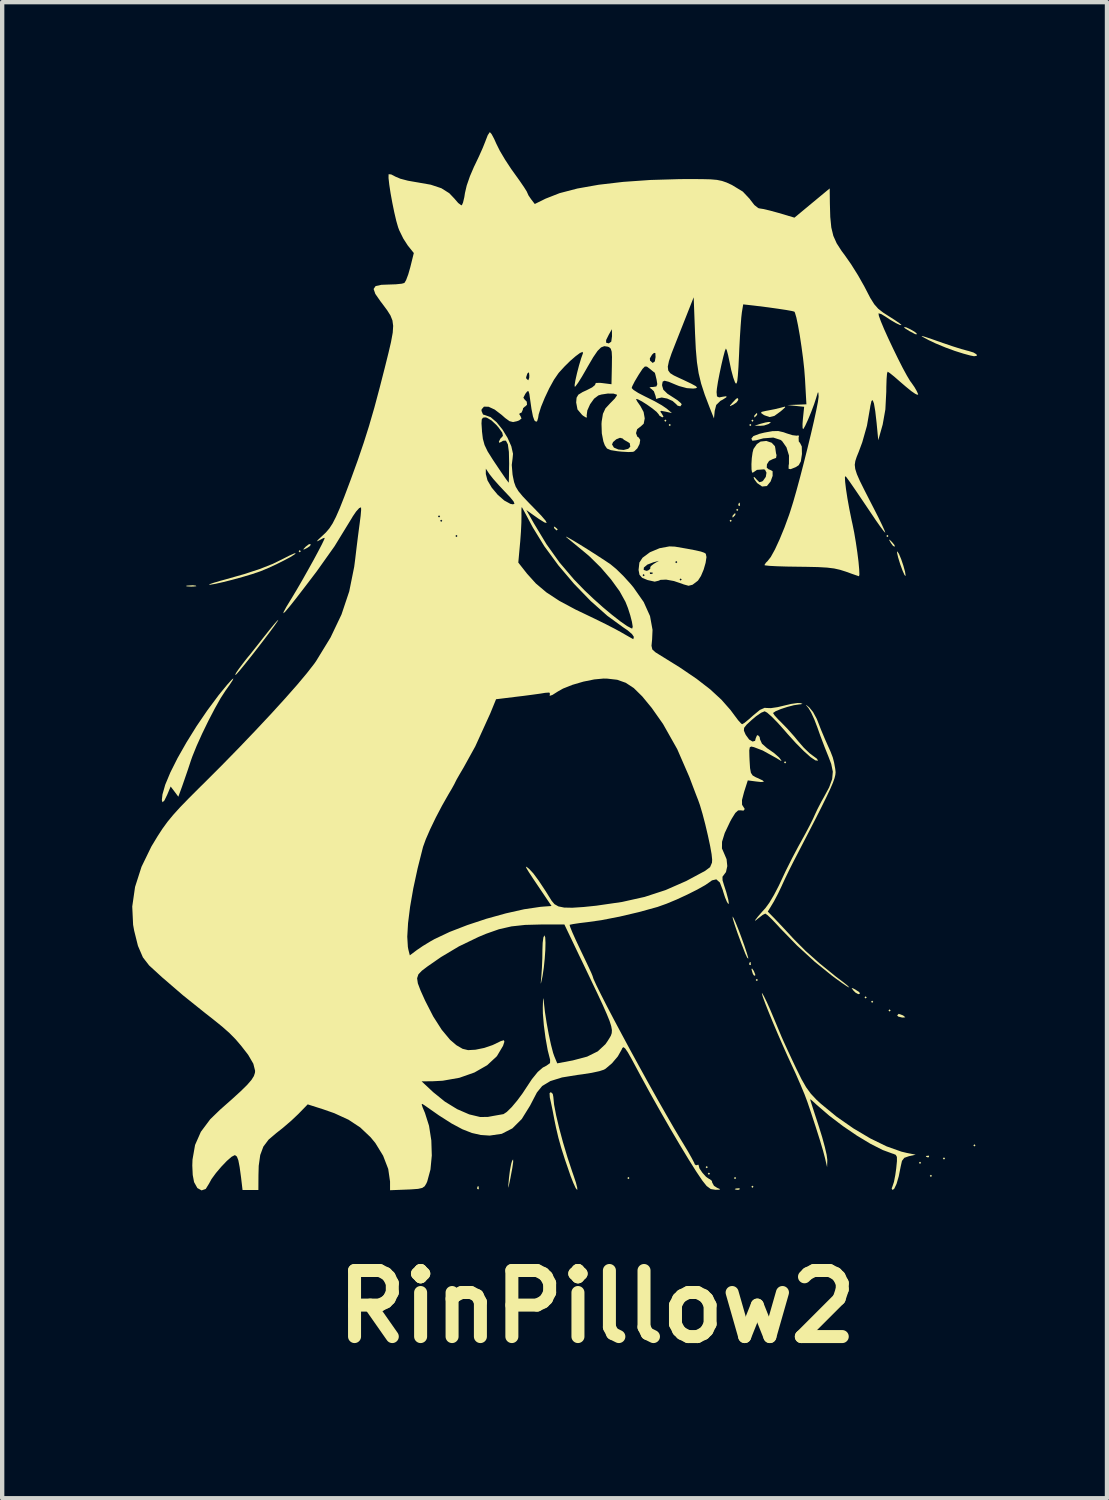
<source format=kicad_pcb>
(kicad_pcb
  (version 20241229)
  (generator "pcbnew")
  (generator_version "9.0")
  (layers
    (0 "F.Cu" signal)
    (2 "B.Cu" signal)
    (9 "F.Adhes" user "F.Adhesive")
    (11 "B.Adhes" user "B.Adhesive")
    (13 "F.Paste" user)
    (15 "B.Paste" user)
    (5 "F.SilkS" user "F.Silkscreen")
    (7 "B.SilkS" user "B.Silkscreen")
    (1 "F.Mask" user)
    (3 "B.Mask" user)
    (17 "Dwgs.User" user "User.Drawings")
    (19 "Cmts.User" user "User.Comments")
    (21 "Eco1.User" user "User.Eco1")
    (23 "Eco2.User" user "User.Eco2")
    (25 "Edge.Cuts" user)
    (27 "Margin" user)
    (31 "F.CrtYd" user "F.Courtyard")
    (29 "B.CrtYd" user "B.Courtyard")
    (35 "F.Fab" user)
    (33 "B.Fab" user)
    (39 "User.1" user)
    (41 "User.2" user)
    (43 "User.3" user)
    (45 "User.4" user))
  (footprint "RinPillow2"
    (layer "F.Cu")
    (at 10.715 11.847)
    (property "Reference" "RinPillow2" (at 0 15.24 0) (layer "F.SilkS") (effects (font (size 1.524 1.524) (thickness 0.3))))
    (attr board_only exclude_from_pos_files exclude_from_bom)
    (fp_poly (pts (xy -6.827 -2.184) (xy -6.852 -2.158) (xy -6.877 -2.184) (xy -6.852 -2.209)) (stroke (width 0) (type solid)) (fill yes) (layer "F.SilkS"))
    (fp_poly (pts (xy 0.753 12.273) (xy 0.728 12.298) (xy 0.703 12.273) (xy 0.728 12.248)) (stroke (width 0) (type solid)) (fill yes) (layer "F.SilkS"))
    (fp_poly (pts (xy 1.606 -5.195) (xy 1.581 -5.17) (xy 1.556 -5.195) (xy 1.581 -5.221)) (stroke (width 0) (type solid)) (fill yes) (layer "F.SilkS"))
    (fp_poly (pts (xy 1.707 -5.095) (xy 1.682 -5.07) (xy 1.657 -5.095) (xy 1.682 -5.12)) (stroke (width 0) (type solid)) (fill yes) (layer "F.SilkS"))
    (fp_poly (pts (xy 2.56 12.022) (xy 2.535 12.047) (xy 2.51 12.022) (xy 2.535 11.997)) (stroke (width 0) (type solid)) (fill yes) (layer "F.SilkS"))
    (fp_poly (pts (xy 2.61 12.173) (xy 2.585 12.198) (xy 2.56 12.173) (xy 2.585 12.148)) (stroke (width 0) (type solid)) (fill yes) (layer "F.SilkS"))
    (fp_poly (pts (xy 3.112 -2.886) (xy 3.087 -2.861) (xy 3.062 -2.886) (xy 3.087 -2.911)) (stroke (width 0) (type solid)) (fill yes) (layer "F.SilkS"))
    (fp_poly (pts (xy 3.213 12.273) (xy 3.188 12.298) (xy 3.162 12.273) (xy 3.188 12.248)) (stroke (width 0) (type solid)) (fill yes) (layer "F.SilkS"))
    (fp_poly (pts (xy 3.263 -3.137) (xy 3.238 -3.112) (xy 3.213 -3.137) (xy 3.238 -3.162)) (stroke (width 0) (type solid)) (fill yes) (layer "F.SilkS"))
    (fp_poly (pts (xy 3.564 -5.095) (xy 3.539 -5.07) (xy 3.514 -5.095) (xy 3.539 -5.12)) (stroke (width 0) (type solid)) (fill yes) (layer "F.SilkS"))
    (fp_poly (pts (xy 3.614 -5.195) (xy 3.589 -5.17) (xy 3.564 -5.195) (xy 3.589 -5.221)) (stroke (width 0) (type solid)) (fill yes) (layer "F.SilkS"))
    (fp_poly (pts (xy 3.614 12.474) (xy 3.589 12.499) (xy 3.564 12.474) (xy 3.589 12.449)) (stroke (width 0) (type solid)) (fill yes) (layer "F.SilkS"))
    (fp_poly (pts (xy 3.715 7.705) (xy 3.69 7.73) (xy 3.664 7.705) (xy 3.69 7.68)) (stroke (width 0) (type solid)) (fill yes) (layer "F.SilkS"))
    (fp_poly (pts (xy 4.367 2.686) (xy 4.342 2.711) (xy 4.317 2.686) (xy 4.342 2.66)) (stroke (width 0) (type solid)) (fill yes) (layer "F.SilkS"))
    (fp_poly (pts (xy 6.225 8.107) (xy 6.199 8.132) (xy 6.174 8.107) (xy 6.199 8.082)) (stroke (width 0) (type solid)) (fill yes) (layer "F.SilkS"))
    (fp_poly (pts (xy 6.375 8.207) (xy 6.35 8.232) (xy 6.325 8.207) (xy 6.35 8.182)) (stroke (width 0) (type solid)) (fill yes) (layer "F.SilkS"))
    (fp_poly (pts (xy 6.726 -2.535) (xy 6.701 -2.51) (xy 6.676 -2.535) (xy 6.701 -2.56)) (stroke (width 0) (type solid)) (fill yes) (layer "F.SilkS"))
    (fp_poly (pts (xy 6.777 8.408) (xy 6.752 8.433) (xy 6.726 8.408) (xy 6.752 8.383)) (stroke (width 0) (type solid)) (fill yes) (layer "F.SilkS"))
    (fp_poly (pts (xy 7.479 11.922) (xy 7.454 11.947) (xy 7.429 11.922) (xy 7.454 11.897)) (stroke (width 0) (type solid)) (fill yes) (layer "F.SilkS"))
    (fp_poly (pts (xy 7.73 12.223) (xy 7.705 12.248) (xy 7.68 12.223) (xy 7.705 12.198)) (stroke (width 0) (type solid)) (fill yes) (layer "F.SilkS"))
    (fp_poly (pts (xy 8.032 11.822) (xy 8.007 11.847) (xy 7.981 11.822) (xy 8.007 11.796)) (stroke (width 0) (type solid)) (fill yes) (layer "F.SilkS"))
    (fp_poly (pts (xy 8.734 11.52) (xy 8.709 11.545) (xy 8.684 11.52) (xy 8.709 11.495)) (stroke (width 0) (type solid)) (fill yes) (layer "F.SilkS"))
    (fp_poly (pts (xy -2.727 12.466) (xy -2.721 12.525) (xy -2.727 12.533) (xy -2.757 12.526) (xy -2.761 12.499) (xy -2.743 12.458)) (stroke (width 0) (type solid)) (fill yes) (layer "F.SilkS"))
    (fp_poly (pts (xy 3.296 -3.296) (xy 3.302 -3.237) (xy 3.296 -3.229) (xy 3.266 -3.236) (xy 3.263 -3.263) (xy 3.281 -3.304)) (stroke (width 0) (type solid)) (fill yes) (layer "F.SilkS"))
    (fp_poly (pts (xy 3.299 12.519) (xy 3.284 12.542) (xy 3.234 12.545) (xy 3.18 12.533) (xy 3.203 12.515) (xy 3.282 12.509)) (stroke (width 0) (type solid)) (fill yes) (layer "F.SilkS"))
    (fp_poly (pts (xy 3.547 7.295) (xy 3.553 7.355) (xy 3.547 7.362) (xy 3.517 7.355) (xy 3.514 7.329) (xy 3.532 7.288)) (stroke (width 0) (type solid)) (fill yes) (layer "F.SilkS"))
    (fp_poly (pts (xy 7.664 11.763) (xy 7.657 11.793) (xy 7.63 11.796) (xy 7.589 11.778) (xy 7.597 11.763) (xy 7.656 11.757)) (stroke (width 0) (type solid)) (fill yes) (layer "F.SilkS"))
    (fp_poly (pts (xy -6.613 -2.306) (xy -6.685 -2.257) (xy -6.764 -2.219) (xy -6.763 -2.236) (xy -6.715 -2.288) (xy -6.64 -2.345) (xy -6.598 -2.348)) (stroke (width 0) (type solid)) (fill yes) (layer "F.SilkS"))
    (fp_poly (pts (xy -0.962 -2.741) (xy -0.908 -2.694) (xy -0.904 -2.683) (xy -0.927 -2.662) (xy -0.977 -2.708) (xy -0.984 -2.718) (xy -0.99 -2.753)) (stroke (width 0) (type solid)) (fill yes) (layer "F.SilkS"))
    (fp_poly (pts (xy 3.62 7.496) (xy 3.654 7.579) (xy 3.65 7.611) (xy 3.616 7.593) (xy 3.595 7.553) (xy 3.567 7.457) (xy 3.579 7.438)) (stroke (width 0) (type solid)) (fill yes) (layer "F.SilkS"))
    (fp_poly (pts (xy 6.755 -2.446) (xy 6.806 -2.398) (xy 6.866 -2.325) (xy 6.872 -2.287) (xy 6.832 -2.306) (xy 6.782 -2.374) (xy 6.739 -2.449)) (stroke (width 0) (type solid)) (fill yes) (layer "F.SilkS"))
    (fp_poly (pts (xy -9.248 -1.39) (xy -9.237 -1.376) (xy -9.309 -1.369) (xy -9.362 -1.368) (xy -9.459 -1.373) (xy -9.474 -1.384) (xy -9.449 -1.391) (xy -9.318 -1.399)) (stroke (width 0) (type solid)) (fill yes) (layer "F.SilkS"))
    (fp_poly (pts (xy 3.197 -3.03) (xy 3.188 -3.012) (xy 3.14 -2.964) (xy 3.131 -2.962) (xy 3.128 -2.994) (xy 3.137 -3.012) (xy 3.185 -3.06) (xy 3.193 -3.062)) (stroke (width 0) (type solid)) (fill yes) (layer "F.SilkS"))
    (fp_poly (pts (xy 3.263 -5.674) (xy 3.223 -5.617) (xy 3.15 -5.566) (xy 3.073 -5.529) (xy 3.071 -5.544) (xy 3.133 -5.615) (xy 3.216 -5.702) (xy 3.255 -5.715)) (stroke (width 0) (type solid)) (fill yes) (layer "F.SilkS"))
    (fp_poly (pts (xy 3.699 -5.339) (xy 3.69 -5.321) (xy 3.642 -5.273) (xy 3.633 -5.271) (xy 3.63 -5.303) (xy 3.639 -5.321) (xy 3.687 -5.369) (xy 3.695 -5.371)) (stroke (width 0) (type solid)) (fill yes) (layer "F.SilkS"))
    (fp_poly (pts (xy 5.905 7.896) (xy 5.961 7.925) (xy 6.055 7.987) (xy 6.067 8.025) (xy 6.03 8.032) (xy 5.966 7.997) (xy 5.917 7.948) (xy 5.876 7.892)) (stroke (width 0) (type solid)) (fill yes) (layer "F.SilkS"))
    (fp_poly (pts (xy 7.053 8.518) (xy 7.077 8.532) (xy 7.115 8.566) (xy 7.062 8.572) (xy 7.04 8.571) (xy 6.952 8.549) (xy 6.927 8.523) (xy 6.961 8.486)) (stroke (width 0) (type solid)) (fill yes) (layer "F.SilkS"))
    (fp_poly (pts (xy 4.016 -5.161) (xy 3.978 -5.129) (xy 3.966 -5.12) (xy 3.857 -5.083) (xy 3.765 -5.076) (xy 3.639 -5.08) (xy 3.765 -5.12) (xy 3.89 -5.153) (xy 3.966 -5.165)) (stroke (width 0) (type solid)) (fill yes) (layer "F.SilkS"))
    (fp_poly (pts (xy 7.143 -7.344) (xy 7.228 -7.304) (xy 7.33 -7.245) (xy 7.378 -7.205) (xy 7.379 -7.202) (xy 7.373 -7.183) (xy 7.338 -7.193) (xy 7.247 -7.241) (xy 7.216 -7.257) (xy 7.107 -7.325) (xy 7.083 -7.358)) (stroke (width 0) (type solid)) (fill yes) (layer "F.SilkS"))
    (fp_poly (pts (xy -1.929 11.9) (xy -1.949 12.041) (xy -1.99 12.259) (xy -2.008 12.349) (xy -2.033 12.465) (xy -2.043 12.497) (xy -2.041 12.439) (xy -2.027 12.287) (xy -2.027 12.278) (xy -2.004 12.097) (xy -1.975 11.945) (xy -1.954 11.876) (xy -1.931 11.843)) (stroke (width 0) (type solid)) (fill yes) (layer "F.SilkS"))
    (fp_poly (pts (xy 6.929 -2.182) (xy 6.969 -2.121) (xy 7.02 -1.999) (xy 7.07 -1.851) (xy 7.108 -1.714) (xy 7.122 -1.624) (xy 7.12 -1.613) (xy 7.097 -1.634) (xy 7.054 -1.73) (xy 6.998 -1.881) (xy 6.996 -1.888) (xy 6.948 -2.044) (xy 6.924 -2.149) (xy 6.928 -2.183)) (stroke (width 0) (type solid)) (fill yes) (layer "F.SilkS"))
    (fp_poly (pts (xy 4.344 -5.503) (xy 4.276 -5.44) (xy 4.234 -5.405) (xy 4.096 -5.305) (xy 3.984 -5.278) (xy 3.866 -5.319) (xy 3.84 -5.334) (xy 3.786 -5.373) (xy 3.803 -5.398) (xy 3.902 -5.421) (xy 3.941 -5.428) (xy 4.105 -5.46) (xy 4.249 -5.495) (xy 4.267 -5.5) (xy 4.339 -5.519)) (stroke (width 0) (type solid)) (fill yes) (layer "F.SilkS"))
    (fp_poly (pts (xy 3.154 6.276) (xy 3.204 6.387) (xy 3.272 6.556) (xy 3.33 6.71) (xy 3.403 6.913) (xy 3.458 7.079) (xy 3.49 7.186) (xy 3.494 7.215) (xy 3.466 7.187) (xy 3.423 7.095) (xy 3.422 7.092) (xy 3.326 6.843) (xy 3.242 6.615) (xy 3.178 6.427) (xy 3.138 6.296) (xy 3.13 6.24) (xy 3.13 6.24)) (stroke (width 0) (type solid)) (fill yes) (layer "F.SilkS"))
    (fp_poly (pts (xy -1.19 6.722) (xy -1.184 6.844) (xy -1.188 7.017) (xy -1.202 7.218) (xy -1.223 7.423) (xy -1.251 7.609) (xy -1.26 7.655) (xy -1.285 7.767) (xy -1.294 7.791) (xy -1.289 7.723) (xy -1.279 7.61) (xy -1.266 7.425) (xy -1.257 7.196) (xy -1.255 7.021) (xy -1.249 6.849) (xy -1.233 6.726) (xy -1.21 6.676) (xy -1.209 6.676)) (stroke (width 0) (type solid)) (fill yes) (layer "F.SilkS"))
    (fp_poly (pts (xy 7.58 -7.125) (xy 7.738 -7.072) (xy 7.982 -6.986) (xy 8.007 -6.978) (xy 8.215 -6.907) (xy 8.407 -6.847) (xy 8.549 -6.808) (xy 8.571 -6.803) (xy 8.687 -6.767) (xy 8.757 -6.725) (xy 8.766 -6.691) (xy 8.7 -6.681) (xy 8.609 -6.699) (xy 8.455 -6.741) (xy 8.271 -6.799) (xy 8.258 -6.803) (xy 8.037 -6.884) (xy 7.813 -6.977) (xy 7.655 -7.052) (xy 7.546 -7.11) (xy 7.492 -7.142) (xy 7.501 -7.148)) (stroke (width 0) (type solid)) (fill yes) (layer "F.SilkS"))
    (fp_poly (pts (xy -7.365 -0.566) (xy -7.434 -0.467) (xy -7.541 -0.321) (xy -7.674 -0.145) (xy -7.821 0.046) (xy -7.969 0.236) (xy -8.107 0.409) (xy -8.221 0.549) (xy -8.3 0.64) (xy -8.324 0.664) (xy -8.343 0.666) (xy -8.308 0.603) (xy -8.255 0.527) (xy -8.158 0.398) (xy -8.08 0.298) (xy -8.057 0.269) (xy -8.006 0.208) (xy -7.909 0.086) (xy -7.782 -0.075) (xy -7.688 -0.195) (xy -7.554 -0.364) (xy -7.443 -0.499) (xy -7.369 -0.583) (xy -7.346 -0.602)) (stroke (width 0) (type solid)) (fill yes) (layer "F.SilkS"))
    (fp_poly (pts (xy -6.972 -2.109) (xy -7.071 -2.047) (xy -7.22 -1.968) (xy -7.396 -1.88) (xy -7.579 -1.796) (xy -7.746 -1.726) (xy -7.781 -1.713) (xy -7.956 -1.654) (xy -8.17 -1.59) (xy -8.399 -1.527) (xy -8.617 -1.472) (xy -8.799 -1.431) (xy -8.92 -1.411) (xy -8.944 -1.41) (xy -8.929 -1.424) (xy -8.836 -1.456) (xy -8.68 -1.502) (xy -8.584 -1.528) (xy -8.137 -1.655) (xy -7.773 -1.774) (xy -7.474 -1.892) (xy -7.24 -2.007) (xy -7.093 -2.082) (xy -6.986 -2.13) (xy -6.943 -2.141)) (stroke (width 0) (type solid)) (fill yes) (layer "F.SilkS"))
    (fp_poly (pts (xy -1.016 10.333) (xy -1.003 10.403) (xy -0.986 10.577) (xy -0.939 10.824) (xy -0.868 11.123) (xy -0.779 11.454) (xy -0.677 11.796) (xy -0.567 12.128) (xy -0.538 12.211) (xy -0.483 12.375) (xy -0.452 12.496) (xy -0.451 12.549) (xy -0.453 12.549) (xy -0.487 12.506) (xy -0.541 12.389) (xy -0.606 12.224) (xy -0.619 12.185) (xy -0.735 11.848) (xy -0.822 11.575) (xy -0.888 11.338) (xy -0.942 11.107) (xy -0.979 10.928) (xy -1.018 10.724) (xy -1.055 10.545) (xy -1.082 10.425) (xy -1.084 10.414) (xy -1.09 10.317) (xy -1.06 10.291)) (stroke (width 0) (type solid)) (fill yes) (layer "F.SilkS"))
    (fp_poly (pts (xy -8.394 0.784) (xy -8.465 0.893) (xy -8.562 1.029) (xy -8.675 1.203) (xy -8.811 1.444) (xy -8.958 1.726) (xy -9.102 2.022) (xy -9.23 2.306) (xy -9.329 2.551) (xy -9.359 2.635) (xy -9.432 2.856) (xy -9.506 3.071) (xy -9.564 3.238) (xy -9.571 3.257) (xy -9.652 3.478) (xy -9.74 3.36) (xy -9.829 3.243) (xy -9.907 3.429) (xy -9.973 3.565) (xy -10.017 3.607) (xy -10.032 3.556) (xy -10.018 3.426) (xy -9.954 3.201) (xy -9.835 2.916) (xy -9.669 2.586) (xy -9.465 2.227) (xy -9.234 1.855) (xy -8.983 1.487) (xy -8.723 1.137) (xy -8.673 1.075) (xy -8.526 0.896) (xy -8.428 0.787) (xy -8.383 0.749)) (stroke (width 0) (type solid)) (fill yes) (layer "F.SilkS"))
    (fp_poly (pts (xy 4.306 -4.928) (xy 4.375 -4.903) (xy 4.512 -4.86) (xy 4.613 -4.848) (xy 4.634 -4.854) (xy 4.664 -4.848) (xy 4.654 -4.803) (xy 4.658 -4.714) (xy 4.686 -4.682) (xy 4.727 -4.6) (xy 4.731 -4.43) (xy 4.729 -4.411) (xy 4.705 -4.255) (xy 4.656 -4.167) (xy 4.586 -4.122) (xy 4.47 -4.076) (xy 4.423 -4.085) (xy 4.424 -4.161) (xy 4.431 -4.198) (xy 4.432 -4.391) (xy 4.374 -4.58) (xy 4.273 -4.724) (xy 4.24 -4.75) (xy 4.07 -4.805) (xy 3.839 -4.787) (xy 3.677 -4.743) (xy 3.588 -4.732) (xy 3.564 -4.781) (xy 3.611 -4.839) (xy 3.752 -4.892) (xy 3.866 -4.92) (xy 4.051 -4.953) (xy 4.183 -4.956)) (stroke (width 0) (type solid)) (fill yes) (layer "F.SilkS"))
    (fp_poly (pts (xy 4.032 -4.686) (xy 4.107 -4.607) (xy 4.116 -4.564) (xy 4.133 -4.442) (xy 4.145 -4.4) (xy 4.134 -4.335) (xy 4.057 -4.308) (xy 3.973 -4.266) (xy 3.924 -4.189) (xy 3.919 -4.111) (xy 3.969 -4.068) (xy 3.987 -4.066) (xy 4.054 -4.029) (xy 4.055 -3.922) (xy 4.008 -3.792) (xy 3.922 -3.687) (xy 3.812 -3.676) (xy 3.697 -3.756) (xy 3.633 -3.843) (xy 3.614 -3.891) (xy 3.638 -3.891) (xy 3.684 -3.839) (xy 3.749 -3.775) (xy 3.813 -3.793) (xy 3.835 -3.811) (xy 3.897 -3.898) (xy 3.913 -3.995) (xy 3.88 -4.062) (xy 3.853 -4.072) (xy 3.694 -4.06) (xy 3.602 -3.998) (xy 3.58 -3.999) (xy 3.568 -4.072) (xy 3.566 -4.191) (xy 3.574 -4.329) (xy 3.592 -4.458) (xy 3.613 -4.541) (xy 3.691 -4.654) (xy 3.777 -4.713) (xy 3.91 -4.727)) (stroke (width 0) (type solid)) (fill yes) (layer "F.SilkS"))
    (fp_poly (pts (xy 1.799 -2.29) (xy 2.078 -2.242) (xy 2.273 -2.205) (xy 2.4 -2.176) (xy 2.475 -2.15) (xy 2.513 -2.126) (xy 2.529 -2.049) (xy 2.509 -1.916) (xy 2.464 -1.76) (xy 2.402 -1.613) (xy 2.335 -1.509) (xy 2.322 -1.497) (xy 2.207 -1.41) (xy 2.115 -1.387) (xy 2.001 -1.419) (xy 1.982 -1.427) (xy 1.779 -1.496) (xy 1.598 -1.529) (xy 1.467 -1.523) (xy 1.43 -1.505) (xy 1.335 -1.482) (xy 1.174 -1.518) (xy 1.141 -1.531) (xy 1.908 -1.531) (xy 1.933 -1.506) (xy 1.958 -1.531) (xy 1.933 -1.556) (xy 1.908 -1.531) (xy 1.141 -1.531) (xy 1.045 -1.571) (xy 0.993 -1.631) (xy 1.054 -1.631) (xy 1.079 -1.606) (xy 1.104 -1.631) (xy 1.079 -1.657) (xy 1.054 -1.631) (xy 0.993 -1.631) (xy 0.984 -1.641) (xy 0.975 -1.69) (xy 1.221 -1.69) (xy 1.228 -1.66) (xy 1.255 -1.657) (xy 1.296 -1.675) (xy 1.288 -1.69) (xy 1.229 -1.696) (xy 1.221 -1.69) (xy 0.975 -1.69) (xy 0.963 -1.75) (xy 0.963 -1.753) (xy 1.081 -1.753) (xy 1.144 -1.731) (xy 1.183 -1.74) (xy 1.234 -1.779) (xy 1.23 -1.798) (xy 1.246 -1.841) (xy 1.316 -1.894) (xy 1.381 -1.933) (xy 1.807 -1.933) (xy 1.832 -1.908) (xy 1.857 -1.933) (xy 1.832 -1.958) (xy 1.807 -1.933) (xy 1.381 -1.933) (xy 1.431 -1.962) (xy 1.305 -1.929) (xy 1.164 -1.874) (xy 1.085 -1.807) (xy 1.081 -1.753) (xy 0.963 -1.753) (xy 0.982 -1.923) (xy 1.054 -2.033) (xy 1.225 -2.16) (xy 1.447 -2.253) (xy 1.674 -2.295)) (stroke (width 0) (type solid)) (fill yes) (layer "F.SilkS"))
    (fp_poly (pts (xy 3.852 8.075) (xy 3.918 8.209) (xy 3.997 8.385) (xy 4.017 8.433) (xy 4.105 8.642) (xy 4.189 8.843) (xy 4.253 8.996) (xy 4.258 9.009) (xy 4.314 9.135) (xy 4.401 9.325) (xy 4.506 9.55) (xy 4.598 9.744) (xy 4.722 9.995) (xy 4.828 10.18) (xy 4.935 10.327) (xy 5.061 10.462) (xy 5.173 10.565) (xy 5.533 10.86) (xy 5.919 11.129) (xy 6.309 11.36) (xy 6.684 11.543) (xy 7.024 11.664) (xy 7.149 11.694) (xy 7.354 11.734) (xy 7.196 11.77) (xy 7.092 11.807) (xy 7.038 11.877) (xy 7.007 12.014) (xy 7.007 12.015) (xy 6.964 12.232) (xy 6.913 12.407) (xy 6.86 12.519) (xy 6.821 12.549) (xy 6.8 12.515) (xy 6.821 12.459) (xy 6.853 12.363) (xy 6.884 12.204) (xy 6.905 12.055) (xy 6.922 11.883) (xy 6.921 11.786) (xy 6.894 11.738) (xy 6.835 11.713) (xy 6.821 11.71) (xy 6.592 11.626) (xy 6.311 11.483) (xy 5.999 11.295) (xy 5.676 11.075) (xy 5.361 10.835) (xy 5.075 10.589) (xy 5.011 10.529) (xy 4.943 10.469) (xy 4.919 10.457) (xy 4.934 10.507) (xy 4.975 10.635) (xy 5.035 10.821) (xy 5.109 11.047) (xy 5.12 11.081) (xy 5.197 11.329) (xy 5.259 11.556) (xy 5.301 11.739) (xy 5.316 11.854) (xy 5.316 11.856) (xy 5.311 12.022) (xy 5.265 11.822) (xy 5.219 11.648) (xy 5.145 11.399) (xy 5.049 11.096) (xy 4.938 10.758) (xy 4.856 10.516) (xy 4.791 10.343) (xy 4.695 10.114) (xy 4.585 9.862) (xy 4.504 9.688) (xy 4.395 9.451) (xy 4.28 9.193) (xy 4.165 8.929) (xy 4.056 8.672) (xy 3.96 8.437) (xy 3.882 8.24) (xy 3.829 8.095) (xy 3.806 8.016) (xy 3.812 8.008)) (stroke (width 0) (type solid)) (fill yes) (layer "F.SilkS"))
    (fp_poly (pts (xy 4.905 1.424) (xy 4.989 1.528) (xy 5.072 1.682) (xy 5.1 1.751) (xy 5.171 1.934) (xy 5.26 2.146) (xy 5.31 2.259) (xy 5.391 2.44) (xy 5.441 2.569) (xy 5.472 2.687) (xy 5.498 2.831) (xy 5.502 2.861) (xy 5.507 2.914) (xy 5.501 2.975) (xy 5.482 3.053) (xy 5.445 3.157) (xy 5.386 3.294) (xy 5.301 3.475) (xy 5.187 3.707) (xy 5.039 4) (xy 4.853 4.361) (xy 4.626 4.8) (xy 4.551 4.944) (xy 4.447 5.15) (xy 4.347 5.356) (xy 4.272 5.518) (xy 4.271 5.522) (xy 4.183 5.707) (xy 4.085 5.893) (xy 4.058 5.938) (xy 3.943 6.128) (xy 4.101 6.289) (xy 4.21 6.404) (xy 4.359 6.563) (xy 4.518 6.735) (xy 4.551 6.77) (xy 4.815 7.035) (xy 5.145 7.328) (xy 5.515 7.628) (xy 5.698 7.766) (xy 5.787 7.838) (xy 5.822 7.877) (xy 5.819 7.879) (xy 5.769 7.852) (xy 5.658 7.777) (xy 5.506 7.668) (xy 5.418 7.602) (xy 5.026 7.285) (xy 4.619 6.912) (xy 4.229 6.511) (xy 4.159 6.434) (xy 4.037 6.305) (xy 3.94 6.212) (xy 3.887 6.174) (xy 3.886 6.174) (xy 3.825 6.205) (xy 3.729 6.279) (xy 3.719 6.287) (xy 3.654 6.34) (xy 3.652 6.325) (xy 3.71 6.249) (xy 3.823 6.119) (xy 3.888 6.048) (xy 3.978 5.925) (xy 4.087 5.742) (xy 4.198 5.529) (xy 4.241 5.437) (xy 4.36 5.183) (xy 4.505 4.894) (xy 4.65 4.62) (xy 4.693 4.543) (xy 4.809 4.332) (xy 4.914 4.133) (xy 4.992 3.976) (xy 5.019 3.915) (xy 5.088 3.766) (xy 5.181 3.587) (xy 5.228 3.504) (xy 5.358 3.263) (xy 5.428 3.072) (xy 5.443 2.901) (xy 5.406 2.722) (xy 5.344 2.558) (xy 5.252 2.329) (xy 5.154 2.07) (xy 5.089 1.886) (xy 5.017 1.698) (xy 4.943 1.537) (xy 4.883 1.436) (xy 4.882 1.435) (xy 4.824 1.364) (xy 4.832 1.363)) (stroke (width 0) (type solid)) (fill yes) (layer "F.SilkS"))
    (fp_poly (pts (xy -2.427 -11.804) (xy -2.368 -11.694) (xy -2.317 -11.58) (xy -2.237 -11.419) (xy -2.115 -11.213) (xy -1.973 -10.997) (xy -1.906 -10.904) (xy -1.78 -10.728) (xy -1.68 -10.582) (xy -1.618 -10.484) (xy -1.605 -10.455) (xy -1.576 -10.39) (xy -1.517 -10.304) (xy -1.431 -10.192) (xy -1.18 -10.316) (xy -0.859 -10.442) (xy -0.448 -10.549) (xy 0.043 -10.636) (xy 0.606 -10.702) (xy 1.232 -10.746) (xy 1.91 -10.766) (xy 2.133 -10.767) (xy 2.416 -10.766) (xy 2.621 -10.761) (xy 2.771 -10.748) (xy 2.887 -10.724) (xy 2.994 -10.687) (xy 3.113 -10.632) (xy 3.127 -10.624) (xy 3.367 -10.478) (xy 3.528 -10.307) (xy 3.542 -10.286) (xy 3.634 -10.168) (xy 3.723 -10.098) (xy 3.753 -10.09) (xy 3.842 -10.076) (xy 3.995 -10.04) (xy 4.181 -9.989) (xy 4.199 -9.984) (xy 4.558 -9.877) (xy 4.964 -10.214) (xy 5.371 -10.551) (xy 5.375 -10.207) (xy 5.384 -9.892) (xy 5.408 -9.651) (xy 5.455 -9.457) (xy 5.532 -9.285) (xy 5.646 -9.108) (xy 5.715 -9.016) (xy 5.865 -8.802) (xy 6.026 -8.545) (xy 6.169 -8.292) (xy 6.198 -8.236) (xy 6.307 -8.026) (xy 6.397 -7.882) (xy 6.489 -7.777) (xy 6.605 -7.687) (xy 6.722 -7.612) (xy 6.872 -7.516) (xy 6.981 -7.441) (xy 7.027 -7.401) (xy 7.028 -7.399) (xy 6.99 -7.401) (xy 6.894 -7.447) (xy 6.762 -7.525) (xy 6.661 -7.592) (xy 6.561 -7.653) (xy 6.5 -7.67) (xy 6.497 -7.668) (xy 6.505 -7.613) (xy 6.551 -7.486) (xy 6.626 -7.306) (xy 6.723 -7.091) (xy 6.833 -6.858) (xy 6.946 -6.626) (xy 7.055 -6.411) (xy 7.152 -6.233) (xy 7.227 -6.108) (xy 7.253 -6.074) (xy 7.326 -5.969) (xy 7.376 -5.882) (xy 7.413 -5.801) (xy 7.391 -5.792) (xy 7.341 -5.816) (xy 7.255 -5.875) (xy 7.126 -5.98) (xy 6.991 -6.096) (xy 6.859 -6.211) (xy 6.757 -6.293) (xy 6.707 -6.325) (xy 6.707 -6.325) (xy 6.693 -6.278) (xy 6.683 -6.154) (xy 6.677 -5.973) (xy 6.676 -5.861) (xy 6.655 -5.454) (xy 6.593 -5.105) (xy 6.583 -5.07) (xy 6.491 -4.744) (xy 6.453 -5.142) (xy 6.422 -5.413) (xy 6.392 -5.589) (xy 6.363 -5.668) (xy 6.335 -5.65) (xy 6.308 -5.533) (xy 6.303 -5.497) (xy 6.23 -5.077) (xy 6.122 -4.696) (xy 6.04 -4.475) (xy 5.993 -4.359) (xy 5.962 -4.264) (xy 5.949 -4.177) (xy 5.96 -4.081) (xy 5.998 -3.961) (xy 6.067 -3.804) (xy 6.172 -3.593) (xy 6.315 -3.313) (xy 6.386 -3.175) (xy 6.494 -2.963) (xy 6.579 -2.787) (xy 6.635 -2.664) (xy 6.653 -2.611) (xy 6.652 -2.61) (xy 6.615 -2.649) (xy 6.537 -2.753) (xy 6.432 -2.902) (xy 6.384 -2.974) (xy 6.15 -3.321) (xy 5.967 -3.591) (xy 5.836 -3.781) (xy 5.757 -3.89) (xy 5.736 -3.915) (xy 5.722 -3.891) (xy 5.727 -3.785) (xy 5.747 -3.616) (xy 5.78 -3.401) (xy 5.824 -3.157) (xy 5.876 -2.901) (xy 5.896 -2.812) (xy 5.936 -2.614) (xy 5.974 -2.389) (xy 6.008 -2.159) (xy 6.035 -1.945) (xy 6.051 -1.767) (xy 6.056 -1.647) (xy 6.047 -1.606) (xy 6 -1.622) (xy 5.884 -1.662) (xy 5.743 -1.713) (xy 5.61 -1.755) (xy 5.473 -1.786) (xy 5.31 -1.806) (xy 5.099 -1.818) (xy 4.82 -1.824) (xy 4.656 -1.826) (xy 4.387 -1.83) (xy 4.157 -1.837) (xy 3.984 -1.846) (xy 3.884 -1.857) (xy 3.865 -1.864) (xy 3.899 -1.918) (xy 3.939 -1.957) (xy 4.013 -2.052) (xy 4.108 -2.224) (xy 4.215 -2.456) (xy 4.327 -2.728) (xy 4.435 -3.023) (xy 4.464 -3.111) (xy 4.53 -3.322) (xy 4.606 -3.588) (xy 4.689 -3.894) (xy 4.774 -4.223) (xy 4.858 -4.557) (xy 4.937 -4.882) (xy 5.006 -5.179) (xy 5.061 -5.433) (xy 5.099 -5.626) (xy 5.115 -5.743) (xy 5.115 -5.757) (xy 5.11 -5.843) (xy 5.097 -5.844) (xy 5.069 -5.754) (xy 5.06 -5.723) (xy 5.011 -5.573) (xy 4.944 -5.394) (xy 4.871 -5.218) (xy 4.805 -5.075) (xy 4.762 -5) (xy 4.746 -5.02) (xy 4.744 -5.117) (xy 4.753 -5.235) (xy 4.782 -5.515) (xy 4.587 -5.535) (xy 4.392 -5.555) (xy 4.613 -5.563) (xy 4.834 -5.572) (xy 4.801 -6.162) (xy 4.784 -6.383) (xy 4.756 -6.637) (xy 4.72 -6.904) (xy 4.681 -7.163) (xy 4.64 -7.393) (xy 4.602 -7.574) (xy 4.569 -7.686) (xy 4.556 -7.709) (xy 4.5 -7.724) (xy 4.366 -7.748) (xy 4.174 -7.777) (xy 3.947 -7.809) (xy 3.706 -7.839) (xy 3.608 -7.851) (xy 3.376 -7.877) (xy 3.345 -7.691) (xy 3.332 -7.575) (xy 3.317 -7.382) (xy 3.301 -7.135) (xy 3.286 -6.857) (xy 3.281 -6.733) (xy 3.267 -6.44) (xy 3.253 -6.237) (xy 3.24 -6.112) (xy 3.224 -6.055) (xy 3.204 -6.053) (xy 3.186 -6.081) (xy 3.146 -6.191) (xy 3.1 -6.362) (xy 3.063 -6.54) (xy 3.028 -6.706) (xy 2.998 -6.819) (xy 2.977 -6.859) (xy 2.976 -6.858) (xy 2.951 -6.796) (xy 2.915 -6.661) (xy 2.873 -6.481) (xy 2.831 -6.283) (xy 2.794 -6.093) (xy 2.77 -5.938) (xy 2.762 -5.855) (xy 2.771 -5.755) (xy 2.821 -5.731) (xy 2.899 -5.746) (xy 2.988 -5.759) (xy 2.989 -5.735) (xy 2.906 -5.681) (xy 2.85 -5.651) (xy 2.754 -5.557) (xy 2.719 -5.42) (xy 2.702 -5.246) (xy 2.602 -5.497) (xy 2.489 -5.794) (xy 2.406 -6.049) (xy 2.348 -6.29) (xy 2.309 -6.546) (xy 2.283 -6.845) (xy 2.265 -7.216) (xy 2.265 -7.22) (xy 2.234 -8.04) (xy 1.948 -7.316) (xy 1.819 -6.99) (xy 1.723 -6.745) (xy 1.663 -6.567) (xy 1.637 -6.441) (xy 1.647 -6.353) (xy 1.693 -6.29) (xy 1.776 -6.238) (xy 1.896 -6.181) (xy 1.99 -6.138) (xy 2.176 -6.049) (xy 2.28 -5.993) (xy 2.313 -5.961) (xy 2.285 -5.943) (xy 2.223 -5.935) (xy 2.076 -5.945) (xy 1.898 -5.993) (xy 1.827 -6.021) (xy 1.66 -6.091) (xy 1.563 -6.116) (xy 1.519 -6.096) (xy 1.506 -6.028) (xy 1.506 -6.003) (xy 1.534 -5.909) (xy 1.629 -5.816) (xy 1.732 -5.75) (xy 1.86 -5.667) (xy 1.941 -5.597) (xy 1.958 -5.57) (xy 1.926 -5.525) (xy 1.863 -5.541) (xy 1.829 -5.577) (xy 1.747 -5.649) (xy 1.622 -5.705) (xy 1.497 -5.729) (xy 1.418 -5.712) (xy 1.369 -5.695) (xy 1.355 -5.764) (xy 1.316 -5.873) (xy 1.267 -5.919) (xy 1.214 -5.958) (xy 1.25 -5.971) (xy 1.297 -5.972) (xy 1.374 -5.984) (xy 1.395 -6.036) (xy 1.379 -6.137) (xy 1.353 -6.247) (xy 1.338 -6.3) (xy 1.337 -6.3) (xy 1.298 -6.329) (xy 1.22 -6.393) (xy 1.156 -6.441) (xy 1.108 -6.444) (xy 1.054 -6.389) (xy 0.971 -6.263) (xy 0.958 -6.242) (xy 0.874 -6.101) (xy 0.818 -5.991) (xy 0.804 -5.948) (xy 0.846 -5.904) (xy 0.957 -5.833) (xy 1.116 -5.751) (xy 1.145 -5.737) (xy 1.332 -5.644) (xy 1.498 -5.55) (xy 1.607 -5.476) (xy 1.61 -5.474) (xy 1.732 -5.37) (xy 1.581 -5.404) (xy 1.482 -5.422) (xy 1.464 -5.403) (xy 1.5 -5.354) (xy 1.538 -5.286) (xy 1.51 -5.271) (xy 1.444 -5.311) (xy 1.424 -5.345) (xy 1.377 -5.399) (xy 1.281 -5.477) (xy 1.16 -5.563) (xy 1.04 -5.639) (xy 0.946 -5.688) (xy 0.904 -5.695) (xy 0.904 -5.692) (xy 0.932 -5.637) (xy 0.999 -5.541) (xy 1.004 -5.535) (xy 1.079 -5.395) (xy 1.105 -5.247) (xy 1.081 -5.124) (xy 1.008 -5.057) (xy 1.004 -5.055) (xy 0.93 -4.998) (xy 0.904 -4.907) (xy 0.933 -4.827) (xy 0.966 -4.806) (xy 1.001 -4.752) (xy 0.986 -4.657) (xy 0.935 -4.557) (xy 0.863 -4.487) (xy 0.833 -4.476) (xy 0.731 -4.471) (xy 0.574 -4.48) (xy 0.477 -4.49) (xy 0.322 -4.515) (xy 0.235 -4.552) (xy 0.185 -4.625) (xy 0.177 -4.646) (xy 0.351 -4.646) (xy 0.394 -4.574) (xy 0.496 -4.53) (xy 0.619 -4.519) (xy 0.725 -4.546) (xy 0.772 -4.595) (xy 0.759 -4.675) (xy 0.714 -4.704) (xy 0.624 -4.755) (xy 0.596 -4.783) (xy 0.535 -4.8) (xy 0.448 -4.765) (xy 0.374 -4.701) (xy 0.351 -4.646) (xy 0.177 -4.646) (xy 0.151 -4.717) (xy 0.115 -4.902) (xy 0.108 -5.118) (xy 0.112 -5.176) (xy 0.141 -5.353) (xy 0.199 -5.478) (xy 0.31 -5.598) (xy 0.315 -5.603) (xy 0.413 -5.703) (xy 0.463 -5.775) (xy 0.464 -5.794) (xy 0.385 -5.819) (xy 0.252 -5.82) (xy 0.106 -5.798) (xy 0.036 -5.777) (xy -0.063 -5.702) (xy -0.155 -5.574) (xy -0.219 -5.431) (xy -0.235 -5.31) (xy -0.23 -5.289) (xy -0.239 -5.261) (xy -0.311 -5.305) (xy -0.339 -5.327) (xy -0.446 -5.454) (xy -0.476 -5.613) (xy -0.476 -5.617) (xy -0.467 -5.724) (xy -0.426 -5.794) (xy -0.327 -5.855) (xy -0.235 -5.897) (xy -0.108 -5.962) (xy -0.039 -6.019) (xy -0.035 -6.045) (xy -0.017 -6.065) (xy 0.076 -6.067) (xy 0.131 -6.061) (xy 0.338 -6.035) (xy 0.347 -6.452) (xy 0.349 -6.632) (xy 1.223 -6.632) (xy 1.227 -6.581) (xy 1.289 -6.526) (xy 1.338 -6.561) (xy 1.355 -6.662) (xy 1.35 -6.754) (xy 1.319 -6.758) (xy 1.274 -6.717) (xy 1.223 -6.632) (xy 0.349 -6.632) (xy 0.35 -6.658) (xy 0.343 -6.785) (xy 0.322 -6.855) (xy 0.283 -6.89) (xy 0.251 -6.902) (xy 0.172 -6.913) (xy 0.097 -6.884) (xy 0.016 -6.803) (xy -0.084 -6.657) (xy -0.214 -6.435) (xy -0.238 -6.392) (xy -0.342 -6.212) (xy -0.43 -6.071) (xy -0.491 -5.988) (xy -0.508 -5.974) (xy -0.512 -6.017) (xy -0.493 -6.131) (xy -0.457 -6.29) (xy -0.411 -6.467) (xy -0.36 -6.637) (xy -0.32 -6.749) (xy -0.327 -6.782) (xy -0.388 -6.756) (xy -0.488 -6.682) (xy -0.613 -6.574) (xy -0.745 -6.444) (xy -0.872 -6.305) (xy -0.888 -6.285) (xy -0.989 -6.138) (xy -1.098 -5.94) (xy -1.201 -5.722) (xy -1.287 -5.512) (xy -1.341 -5.339) (xy -1.354 -5.258) (xy -1.376 -5.184) (xy -1.4 -5.17) (xy -1.439 -5.199) (xy -1.473 -5.293) (xy -1.507 -5.466) (xy -1.535 -5.661) (xy -1.556 -5.812) (xy -1.577 -5.877) (xy -1.605 -5.87) (xy -1.648 -5.815) (xy -1.694 -5.725) (xy -1.666 -5.684) (xy -1.666 -5.684) (xy -1.616 -5.633) (xy -1.61 -5.562) (xy -1.651 -5.522) (xy -1.657 -5.522) (xy -1.701 -5.481) (xy -1.707 -5.446) (xy -1.737 -5.38) (xy -1.763 -5.371) (xy -1.792 -5.35) (xy -1.761 -5.301) (xy -1.737 -5.244) (xy -1.792 -5.201) (xy -1.843 -5.182) (xy -1.932 -5.163) (xy -2.013 -5.183) (xy -2.114 -5.256) (xy -2.195 -5.328) (xy -2.356 -5.451) (xy -2.497 -5.516) (xy -2.603 -5.518) (xy -2.657 -5.456) (xy -2.66 -5.421) (xy -2.625 -5.337) (xy -2.573 -5.321) (xy -2.449 -5.276) (xy -2.312 -5.159) (xy -2.177 -4.992) (xy -2.059 -4.799) (xy -1.972 -4.604) (xy -1.933 -4.431) (xy -1.942 -4.331) (xy -1.962 -4.173) (xy -1.944 -3.955) (xy -1.935 -3.904) (xy -1.908 -3.776) (xy -1.87 -3.671) (xy -1.808 -3.569) (xy -1.709 -3.449) (xy -1.558 -3.29) (xy -1.456 -3.186) (xy -1.28 -3.003) (xy -1.18 -2.886) (xy -1.156 -2.834) (xy -1.208 -2.848) (xy -1.336 -2.928) (xy -1.453 -3.01) (xy -1.625 -3.133) (xy -1.456 -2.834) (xy -1.162 -2.347) (xy -0.861 -1.925) (xy -0.529 -1.535) (xy -0.282 -1.28) (xy -0.074 -1.083) (xy 0.142 -0.89) (xy 0.353 -0.714) (xy 0.543 -0.566) (xy 0.696 -0.459) (xy 0.798 -0.405) (xy 0.817 -0.402) (xy 0.828 -0.444) (xy 0.81 -0.555) (xy 0.771 -0.706) (xy 0.718 -0.872) (xy 0.661 -1.016) (xy 0.526 -1.26) (xy 0.328 -1.533) (xy 0.091 -1.809) (xy -0.165 -2.061) (xy -0.268 -2.149) (xy -0.434 -2.286) (xy -0.586 -2.411) (xy -0.694 -2.5) (xy -0.703 -2.508) (xy -0.712 -2.522) (xy -0.651 -2.492) (xy -0.535 -2.425) (xy -0.38 -2.331) (xy -0.2 -2.219) (xy -0.01 -2.097) (xy 0.175 -1.977) (xy 0.315 -1.883) (xy 0.447 -1.774) (xy 0.611 -1.614) (xy 0.779 -1.429) (xy 0.843 -1.352) (xy 1.081 -1.012) (xy 1.227 -0.688) (xy 1.285 -0.37) (xy 1.275 -0.147) (xy 1.261 -0.003) (xy 1.28 0.082) (xy 1.353 0.148) (xy 1.438 0.201) (xy 1.909 0.493) (xy 2.298 0.757) (xy 2.616 1.003) (xy 2.874 1.241) (xy 3.083 1.478) (xy 3.169 1.594) (xy 3.259 1.714) (xy 3.329 1.791) (xy 3.353 1.806) (xy 3.406 1.775) (xy 3.507 1.692) (xy 3.606 1.604) (xy 3.76 1.477) (xy 3.871 1.428) (xy 3.918 1.432) (xy 4.016 1.435) (xy 4.171 1.412) (xy 4.309 1.379) (xy 4.483 1.338) (xy 4.629 1.317) (xy 4.7 1.32) (xy 4.745 1.338) (xy 4.695 1.348) (xy 4.665 1.35) (xy 4.545 1.368) (xy 4.395 1.407) (xy 4.245 1.456) (xy 4.125 1.506) (xy 4.067 1.545) (xy 4.066 1.551) (xy 4.099 1.602) (xy 4.185 1.697) (xy 4.254 1.765) (xy 4.393 1.908) (xy 4.55 2.084) (xy 4.643 2.197) (xy 4.773 2.347) (xy 4.904 2.473) (xy 4.986 2.535) (xy 5.074 2.6) (xy 5.102 2.644) (xy 5.1 2.647) (xy 5.04 2.64) (xy 4.928 2.564) (xy 4.775 2.427) (xy 4.59 2.241) (xy 4.385 2.014) (xy 4.333 1.953) (xy 4.176 1.777) (xy 4.036 1.634) (xy 3.928 1.539) (xy 3.871 1.508) (xy 3.791 1.541) (xy 3.671 1.624) (xy 3.574 1.706) (xy 3.454 1.817) (xy 3.397 1.89) (xy 3.392 1.954) (xy 3.427 2.036) (xy 3.437 2.055) (xy 3.513 2.159) (xy 3.592 2.206) (xy 3.65 2.19) (xy 3.664 2.133) (xy 3.692 2.067) (xy 3.715 2.058) (xy 3.755 2.1) (xy 3.765 2.158) (xy 3.809 2.255) (xy 3.929 2.361) (xy 3.954 2.377) (xy 4.09 2.473) (xy 4.197 2.567) (xy 4.217 2.59) (xy 4.26 2.648) (xy 4.246 2.651) (xy 4.162 2.6) (xy 4.141 2.587) (xy 3.827 2.413) (xy 3.623 2.335) (xy 3.562 2.321) (xy 3.528 2.339) (xy 3.516 2.408) (xy 3.519 2.549) (xy 3.523 2.639) (xy 3.534 2.819) (xy 3.554 2.927) (xy 3.594 2.988) (xy 3.667 3.03) (xy 3.702 3.045) (xy 3.826 3.103) (xy 3.854 3.134) (xy 3.785 3.139) (xy 3.674 3.127) (xy 3.482 3.102) (xy 3.397 3.367) (xy 3.348 3.555) (xy 3.35 3.664) (xy 3.362 3.683) (xy 3.412 3.762) (xy 3.382 3.8) (xy 3.321 3.792) (xy 3.259 3.794) (xy 3.194 3.853) (xy 3.113 3.983) (xy 3.075 4.052) (xy 2.95 4.316) (xy 2.888 4.517) (xy 2.886 4.671) (xy 2.933 4.779) (xy 2.993 4.92) (xy 3.009 5.079) (xy 2.979 5.216) (xy 2.94 5.268) (xy 2.898 5.324) (xy 2.9 5.407) (xy 2.932 5.513) (xy 2.986 5.68) (xy 3.028 5.838) (xy 3.031 5.848) (xy 3.045 5.939) (xy 3.031 5.951) (xy 2.999 5.9) (xy 2.957 5.8) (xy 2.914 5.667) (xy 2.904 5.63) (xy 2.838 5.458) (xy 2.756 5.384) (xy 2.655 5.408) (xy 2.621 5.434) (xy 2.502 5.516) (xy 2.315 5.621) (xy 2.086 5.736) (xy 1.842 5.849) (xy 1.609 5.946) (xy 1.413 6.016) (xy 1.406 6.019) (xy 0.971 6.139) (xy 0.525 6.244) (xy 0.103 6.326) (xy -0.209 6.37) (xy -0.398 6.393) (xy -0.544 6.415) (xy -0.622 6.431) (xy -0.628 6.434) (xy -0.614 6.484) (xy -0.565 6.606) (xy -0.486 6.782) (xy -0.385 6.996) (xy -0.374 7.02) (xy -0.27 7.237) (xy -0.184 7.418) (xy -0.125 7.547) (xy -0.101 7.606) (xy -0.1 7.607) (xy -0.077 7.68) (xy -0.009 7.829) (xy 0.097 8.043) (xy 0.234 8.312) (xy 0.398 8.625) (xy 0.582 8.97) (xy 0.78 9.338) (xy 0.987 9.716) (xy 1.196 10.095) (xy 1.402 10.463) (xy 1.599 10.809) (xy 1.78 11.123) (xy 1.941 11.393) (xy 1.985 11.465) (xy 2.099 11.654) (xy 2.189 11.813) (xy 2.246 11.922) (xy 2.259 11.957) (xy 2.29 11.98) (xy 2.31 11.971) (xy 2.349 11.967) (xy 2.348 11.982) (xy 2.367 12.051) (xy 2.434 12.15) (xy 2.518 12.243) (xy 2.592 12.296) (xy 2.605 12.298) (xy 2.654 12.339) (xy 2.66 12.375) (xy 2.702 12.452) (xy 2.773 12.498) (xy 2.843 12.529) (xy 2.826 12.542) (xy 2.736 12.544) (xy 2.628 12.527) (xy 2.533 12.457) (xy 2.435 12.334) (xy 2.295 12.126) (xy 2.118 11.845) (xy 1.914 11.508) (xy 1.692 11.131) (xy 1.462 10.73) (xy 1.233 10.323) (xy 1.015 9.924) (xy 0.929 9.763) (xy 0.803 9.529) (xy 0.715 9.373) (xy 0.655 9.286) (xy 0.617 9.255) (xy 0.59 9.272) (xy 0.57 9.316) (xy 0.484 9.468) (xy 0.349 9.627) (xy 0.203 9.751) (xy 0.164 9.774) (xy 0.06 9.808) (xy -0.115 9.846) (xy -0.331 9.88) (xy -0.445 9.895) (xy -0.803 9.953) (xy -1.072 10.037) (xy -1.261 10.151) (xy -1.381 10.299) (xy -1.382 10.3) (xy -1.459 10.448) (xy -1.54 10.604) (xy -1.732 10.913) (xy -1.948 11.128) (xy -2.192 11.253) (xy -2.471 11.294) (xy -2.677 11.28) (xy -2.881 11.234) (xy -3.1 11.148) (xy -3.349 11.015) (xy -3.642 10.828) (xy -3.972 10.597) (xy -4.025 10.563) (xy -4.04 10.574) (xy -4.016 10.648) (xy -3.964 10.771) (xy -3.87 11.068) (xy -3.817 11.406) (xy -3.806 11.753) (xy -3.837 12.078) (xy -3.911 12.351) (xy -3.931 12.397) (xy -3.97 12.462) (xy -4.026 12.501) (xy -4.123 12.523) (xy -4.287 12.535) (xy -4.38 12.539) (xy -4.769 12.554) (xy -4.769 12.353) (xy -4.811 12.064) (xy -4.929 11.758) (xy -5.109 11.464) (xy -5.22 11.33) (xy -5.456 11.107) (xy -5.727 10.928) (xy -6.056 10.777) (xy -6.308 10.689) (xy -6.668 10.574) (xy -6.886 10.798) (xy -7.049 10.952) (xy -7.245 11.12) (xy -7.39 11.234) (xy -7.57 11.387) (xy -7.691 11.548) (xy -7.763 11.742) (xy -7.798 11.992) (xy -7.804 12.211) (xy -7.806 12.549) (xy -8.171 12.549) (xy -8.205 12.261) (xy -8.238 12.02) (xy -8.268 11.864) (xy -8.301 11.778) (xy -8.342 11.747) (xy -8.353 11.746) (xy -8.424 11.783) (xy -8.534 11.879) (xy -8.661 12.012) (xy -8.785 12.158) (xy -8.886 12.296) (xy -8.944 12.402) (xy -8.944 12.402) (xy -9.02 12.525) (xy -9.116 12.558) (xy -9.213 12.504) (xy -9.289 12.367) (xy -9.32 12.202) (xy -9.33 11.985) (xy -9.325 11.847) (xy -9.266 11.51) (xy -9.132 11.206) (xy -8.916 10.917) (xy -8.69 10.698) (xy -8.416 10.456) (xy -8.21 10.268) (xy -8.063 10.123) (xy -7.966 10.011) (xy -7.91 9.922) (xy -7.885 9.846) (xy -7.881 9.8) (xy -7.922 9.637) (xy -8.038 9.437) (xy -8.063 9.403) (xy -8.203 9.223) (xy -8.332 9.072) (xy -8.47 8.932) (xy -8.637 8.784) (xy -8.852 8.61) (xy -9.036 8.466) (xy -9.545 8.058) (xy -10.001 7.665) (xy -4.145 7.665) (xy -4.128 7.783) (xy -4.065 7.949) (xy -3.96 8.182) (xy -3.773 8.547) (xy -3.578 8.852) (xy -3.384 9.085) (xy -3.238 9.21) (xy -3.095 9.293) (xy -2.969 9.323) (xy -2.805 9.314) (xy -2.791 9.312) (xy -2.596 9.272) (xy -2.405 9.207) (xy -2.354 9.183) (xy -2.212 9.114) (xy -2.143 9.095) (xy -2.132 9.129) (xy -2.162 9.221) (xy -2.163 9.224) (xy -2.305 9.463) (xy -2.529 9.671) (xy -2.823 9.839) (xy -3.17 9.961) (xy -3.556 10.029) (xy -3.787 10.041) (xy -4.041 10.043) (xy -3.772 10.294) (xy -3.505 10.51) (xy -3.222 10.684) (xy -2.943 10.805) (xy -2.688 10.866) (xy -2.51 10.863) (xy -2.369 10.837) (xy -2.284 10.822) (xy -2.187 10.805) (xy -2.153 10.799) (xy -2.077 10.749) (xy -1.964 10.638) (xy -1.836 10.486) (xy -1.711 10.317) (xy -1.66 10.239) (xy -1.498 9.994) (xy -1.363 9.827) (xy -1.244 9.724) (xy -1.164 9.683) (xy -1.079 9.622) (xy -1.077 9.545) (xy -1.133 9.324) (xy -1.183 9.044) (xy -1.222 8.749) (xy -1.244 8.48) (xy -1.246 8.341) (xy -1.241 8.184) (xy -1.234 8.123) (xy -1.227 8.156) (xy -1.22 8.232) (xy -1.196 8.446) (xy -1.157 8.698) (xy -1.109 8.959) (xy -1.057 9.199) (xy -1.008 9.387) (xy -0.98 9.467) (xy -0.913 9.628) (xy -0.553 9.56) (xy -0.224 9.473) (xy 0.022 9.351) (xy 0.199 9.186) (xy 0.248 9.115) (xy 0.291 9.047) (xy 0.324 8.989) (xy 0.344 8.93) (xy 0.348 8.86) (xy 0.332 8.77) (xy 0.294 8.65) (xy 0.229 8.49) (xy 0.136 8.279) (xy 0.01 8.01) (xy -0.152 7.671) (xy -0.352 7.252) (xy -0.394 7.166) (xy -0.748 6.425) (xy -1.275 6.425) (xy -1.653 6.435) (xy -1.968 6.469) (xy -2.257 6.535) (xy -2.556 6.64) (xy -2.732 6.714) (xy -3.18 6.93) (xy -3.594 7.177) (xy -3.907 7.394) (xy -4.036 7.492) (xy -4.115 7.575) (xy -4.145 7.665) (xy -10.001 7.665) (xy -10.018 7.651) (xy -10.326 7.369) (xy -10.469 7.184) (xy -10.583 6.919) (xy -10.636 6.707) (xy -4.372 6.707) (xy -4.358 6.943) (xy -4.347 7.002) (xy -4.313 7.137) (xy -4.152 7.016) (xy -4.011 6.92) (xy -3.833 6.812) (xy -3.74 6.76) (xy -3.395 6.597) (xy -2.987 6.439) (xy -2.546 6.293) (xy -2.099 6.169) (xy -1.677 6.074) (xy -1.306 6.019) (xy -1.237 6.013) (xy -1.044 5.999) (xy -1.315 5.597) (xy -1.468 5.37) (xy -1.569 5.216) (xy -1.623 5.126) (xy -1.636 5.091) (xy -1.612 5.102) (xy -1.559 5.145) (xy -1.464 5.247) (xy -1.34 5.415) (xy -1.18 5.657) (xy -1.041 5.88) (xy -0.976 5.957) (xy -0.886 6.008) (xy -0.754 6.035) (xy -0.566 6.039) (xy -0.306 6.022) (xy -0.014 5.992) (xy 0.579 5.906) (xy 1.103 5.789) (xy 1.587 5.631) (xy 2.061 5.423) (xy 2.497 5.189) (xy 2.612 5.103) (xy 2.656 4.999) (xy 2.66 4.93) (xy 2.647 4.803) (xy 2.612 4.607) (xy 2.561 4.369) (xy 2.501 4.115) (xy 2.438 3.874) (xy 2.378 3.671) (xy 2.34 3.564) (xy 2.288 3.43) (xy 2.216 3.241) (xy 2.138 3.034) (xy 2.129 3.012) (xy 1.854 2.38) (xy 1.526 1.799) (xy 1.267 1.431) (xy 1.047 1.164) (xy 0.854 0.974) (xy 0.668 0.851) (xy 0.47 0.781) (xy 0.242 0.755) (xy 0.155 0.753) (xy -0.059 0.773) (xy -0.31 0.824) (xy -0.563 0.898) (xy -0.779 0.984) (xy -0.898 1.051) (xy -1.024 1.131) (xy -1.088 1.152) (xy -1.083 1.111) (xy -1.08 1.105) (xy -1.096 1.076) (xy -1.19 1.082) (xy -1.3 1.1) (xy -1.48 1.125) (xy -1.7 1.154) (xy -1.827 1.169) (xy -2.324 1.23) (xy -2.457 1.556) (xy -2.803 2.317) (xy -3.072 2.804) (xy -3.164 2.96) (xy -3.232 3.079) (xy -3.262 3.138) (xy -3.263 3.14) (xy -3.287 3.189) (xy -3.348 3.299) (xy -3.422 3.424) (xy -3.569 3.683) (xy -3.714 3.959) (xy -3.843 4.227) (xy -3.945 4.461) (xy -4.008 4.635) (xy -4.01 4.643) (xy -4.133 5.13) (xy -4.233 5.593) (xy -4.307 6.019) (xy -4.354 6.395) (xy -4.372 6.707) (xy -10.636 6.707) (xy -10.671 6.566) (xy -10.695 6.433) (xy -10.715 6.011) (xy -10.65 5.559) (xy -10.501 5.094) (xy -10.275 4.629) (xy -10.253 4.592) (xy -10.13 4.389) (xy -10.017 4.215) (xy -9.902 4.057) (xy -9.77 3.897) (xy -9.609 3.719) (xy -9.405 3.509) (xy -9.145 3.249) (xy -9.067 3.173) (xy -8.656 2.762) (xy -8.254 2.351) (xy -7.871 1.95) (xy -7.513 1.568) (xy -7.191 1.214) (xy -6.912 0.898) (xy -6.686 0.628) (xy -6.52 0.415) (xy -6.475 0.351) (xy -6.141 -0.195) (xy -5.889 -0.724) (xy -5.71 -1.258) (xy -5.596 -1.823) (xy -5.583 -1.922) (xy -1.811 -1.922) (xy -1.609 -1.665) (xy -1.405 -1.439) (xy -1.162 -1.234) (xy -0.863 -1.038) (xy -0.49 -0.838) (xy -0.301 -0.748) (xy -0.049 -0.627) (xy 0.199 -0.505) (xy 0.413 -0.395) (xy 0.552 -0.319) (xy 0.697 -0.236) (xy 0.801 -0.177) (xy 0.841 -0.155) (xy 0.851 -0.19) (xy 0.852 -0.213) (xy 0.811 -0.273) (xy 0.709 -0.36) (xy 0.613 -0.425) (xy 0.244 -0.693) (xy -0.141 -1.035) (xy -0.524 -1.43) (xy -0.887 -1.858) (xy -1.21 -2.298) (xy -1.475 -2.73) (xy -1.51 -2.795) (xy -1.604 -2.972) (xy -1.679 -3.111) (xy -1.723 -3.191) (xy -1.731 -3.202) (xy -1.738 -3.167) (xy -1.739 -3.061) (xy -1.738 -3.001) (xy -1.74 -2.848) (xy -1.75 -2.635) (xy -1.767 -2.404) (xy -1.772 -2.354) (xy -1.811 -1.922) (xy -5.583 -1.922) (xy -5.572 -2.008) (xy -5.541 -2.269) (xy -5.508 -2.535) (xy -3.263 -2.535) (xy -3.238 -2.51) (xy -3.213 -2.535) (xy -3.238 -2.56) (xy -3.263 -2.535) (xy -5.508 -2.535) (xy -5.507 -2.542) (xy -5.476 -2.778) (xy -5.469 -2.829) (xy -5.462 -2.886) (xy -3.614 -2.886) (xy -3.589 -2.861) (xy -3.564 -2.886) (xy -3.589 -2.911) (xy -3.614 -2.886) (xy -5.462 -2.886) (xy -5.449 -2.987) (xy -3.664 -2.987) (xy -3.639 -2.962) (xy -3.614 -2.987) (xy -3.639 -3.012) (xy -3.664 -2.987) (xy -5.449 -2.987) (xy -5.447 -3.004) (xy -5.436 -3.135) (xy -5.438 -3.195) (xy -5.438 -3.196) (xy -5.481 -3.178) (xy -5.552 -3.099) (xy -5.63 -2.985) (xy -5.645 -2.958) (xy -6.05 -2.297) (xy -6.459 -1.721) (xy -6.726 -1.37) (xy -6.935 -1.098) (xy -7.088 -0.906) (xy -7.186 -0.79) (xy -7.23 -0.751) (xy -7.222 -0.786) (xy -7.164 -0.894) (xy -7.055 -1.073) (xy -7.036 -1.104) (xy -6.925 -1.289) (xy -6.799 -1.506) (xy -6.668 -1.738) (xy -6.541 -1.966) (xy -6.429 -2.174) (xy -6.341 -2.343) (xy -6.287 -2.456) (xy -6.275 -2.493) (xy -6.312 -2.484) (xy -6.402 -2.435) (xy -6.413 -2.429) (xy -6.458 -2.41) (xy -6.429 -2.448) (xy -6.338 -2.532) (xy -6.247 -2.618) (xy -6.168 -2.711) (xy -6.093 -2.826) (xy -6.016 -2.977) (xy -5.928 -3.178) (xy -5.823 -3.444) (xy -5.693 -3.789) (xy -5.674 -3.84) (xy -5.584 -4.088) (xy -2.56 -4.088) (xy -2.56 -3.964) (xy -2.522 -3.818) (xy -2.424 -3.651) (xy -2.288 -3.488) (xy -2.136 -3.354) (xy -1.993 -3.276) (xy -1.934 -3.265) (xy -1.899 -3.279) (xy -1.921 -3.333) (xy -2.005 -3.435) (xy -2.115 -3.551) (xy -2.26 -3.706) (xy -2.387 -3.849) (xy -2.47 -3.954) (xy -2.478 -3.964) (xy -2.56 -4.088) (xy -5.584 -4.088) (xy -5.514 -4.281) (xy -5.376 -4.686) (xy -5.251 -5.081) (xy -5.237 -5.131) (xy -2.66 -5.131) (xy -2.649 -4.963) (xy -2.649 -4.95) (xy -2.628 -4.776) (xy -2.589 -4.633) (xy -2.518 -4.485) (xy -2.401 -4.299) (xy -2.378 -4.264) (xy -2.217 -4.024) (xy -2.104 -3.86) (xy -2.042 -3.776) (xy -2.031 -3.765) (xy -2.029 -3.811) (xy -2.026 -3.935) (xy -2.024 -4.114) (xy -2.022 -4.204) (xy -2.028 -4.474) (xy -2.052 -4.649) (xy -2.097 -4.734) (xy -2.164 -4.732) (xy -2.19 -4.713) (xy -2.249 -4.684) (xy -2.259 -4.709) (xy -2.222 -4.784) (xy -2.209 -4.794) (xy -2.165 -4.844) (xy -2.181 -4.918) (xy -2.264 -5.034) (xy -2.314 -5.093) (xy -2.429 -5.2) (xy -2.536 -5.263) (xy -2.572 -5.271) (xy -2.627 -5.263) (xy -2.654 -5.224) (xy -2.66 -5.131) (xy -5.237 -5.131) (xy -5.131 -5.495) (xy -5.008 -5.956) (xy -4.947 -6.194) (xy -1.631 -6.194) (xy -1.625 -6.164) (xy -1.581 -6.126) (xy -1.559 -6.183) (xy -1.557 -6.237) (xy -1.565 -6.31) (xy -1.595 -6.29) (xy -1.604 -6.277) (xy -1.631 -6.194) (xy -4.947 -6.194) (xy -4.891 -6.413) (xy -4.805 -6.759) (xy -4.75 -6.994) (xy 0.214 -6.994) (xy 0.273 -6.977) (xy 0.276 -6.977) (xy 0.333 -7.017) (xy 0.35 -7.141) (xy 0.348 -7.304) (xy 0.276 -7.178) (xy 0.215 -7.055) (xy 0.214 -6.994) (xy -4.75 -6.994) (xy -4.744 -7.023) (xy -4.707 -7.225) (xy -4.697 -7.381) (xy -4.714 -7.507) (xy -4.76 -7.622) (xy -4.836 -7.742) (xy -4.942 -7.885) (xy -4.991 -7.949) (xy -5.109 -8.119) (xy -5.148 -8.232) (xy -5.103 -8.298) (xy -4.969 -8.328) (xy -4.808 -8.334) (xy -4.634 -8.34) (xy -4.498 -8.354) (xy -4.438 -8.371) (xy -4.399 -8.436) (xy -4.349 -8.569) (xy -4.302 -8.734) (xy -4.221 -9.061) (xy -4.361 -9.236) (xy -4.464 -9.396) (xy -4.558 -9.588) (xy -4.583 -9.655) (xy -4.626 -9.805) (xy -4.672 -10.002) (xy -4.717 -10.222) (xy -4.757 -10.442) (xy -4.787 -10.639) (xy -4.804 -10.79) (xy -4.803 -10.872) (xy -4.8 -10.879) (xy -4.743 -10.874) (xy -4.646 -10.824) (xy -4.645 -10.823) (xy -4.531 -10.775) (xy -4.356 -10.729) (xy -4.156 -10.694) (xy -4.154 -10.694) (xy -3.83 -10.637) (xy -3.586 -10.556) (xy -3.403 -10.441) (xy -3.285 -10.317) (xy -3.197 -10.215) (xy -3.13 -10.165) (xy -3.113 -10.164) (xy -3.086 -10.224) (xy -3.056 -10.35) (xy -3.041 -10.446) (xy -3.001 -10.617) (xy -2.926 -10.834) (xy -2.832 -11.053) (xy -2.815 -11.087) (xy -2.718 -11.291) (xy -2.631 -11.486) (xy -2.571 -11.636) (xy -2.563 -11.658) (xy -2.516 -11.778) (xy -2.474 -11.843) (xy -2.465 -11.847)) (stroke (width 0) (type solid)) (fill yes) (layer "F.SilkS")))
  (gr_rect
    (start -3 -3)
    (end 22.481 31.505)
    (stroke (width 0.1) (type default))
    (fill no)
    (layer "Edge.Cuts")))
</source>
